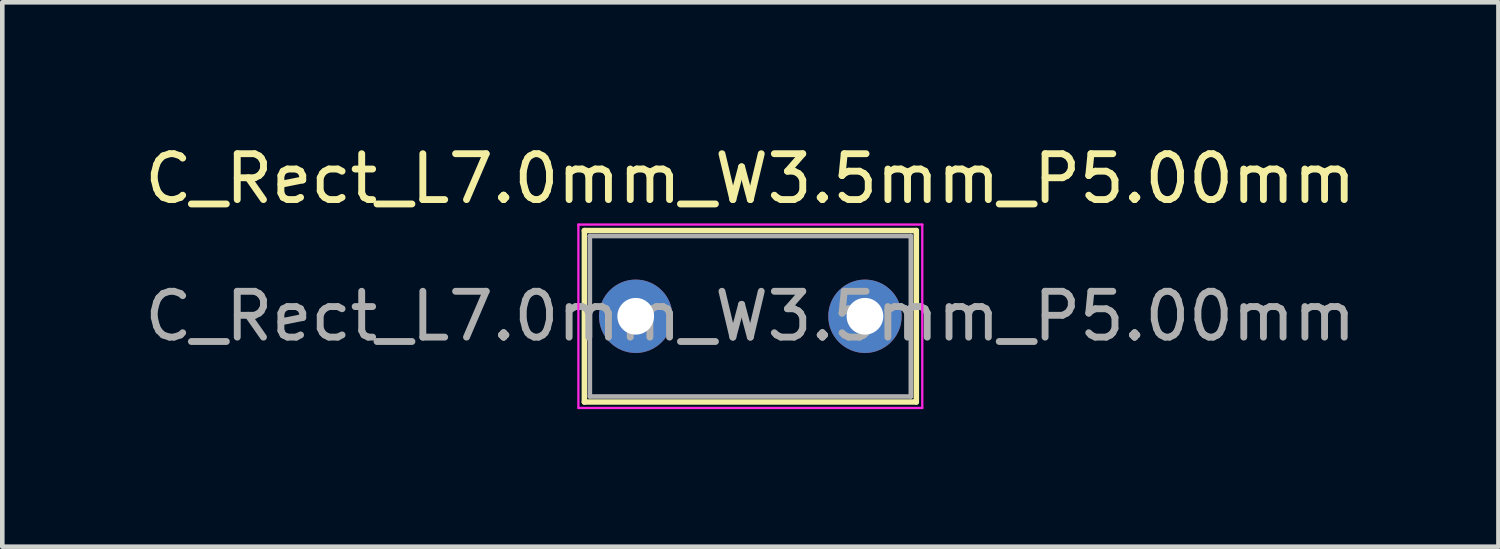
<source format=kicad_pcb>
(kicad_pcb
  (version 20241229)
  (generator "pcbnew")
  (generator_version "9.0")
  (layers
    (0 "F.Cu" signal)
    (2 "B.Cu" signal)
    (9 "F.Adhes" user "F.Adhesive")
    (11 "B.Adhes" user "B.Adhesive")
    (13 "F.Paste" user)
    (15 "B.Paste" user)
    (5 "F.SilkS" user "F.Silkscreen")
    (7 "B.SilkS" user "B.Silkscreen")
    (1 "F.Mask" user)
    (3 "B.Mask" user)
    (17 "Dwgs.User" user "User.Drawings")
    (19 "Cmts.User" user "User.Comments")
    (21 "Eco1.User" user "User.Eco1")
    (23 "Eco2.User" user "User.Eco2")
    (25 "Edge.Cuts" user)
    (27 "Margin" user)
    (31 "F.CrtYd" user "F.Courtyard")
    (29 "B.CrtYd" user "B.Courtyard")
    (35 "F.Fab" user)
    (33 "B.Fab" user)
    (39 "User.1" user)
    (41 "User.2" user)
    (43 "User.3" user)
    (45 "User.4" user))
  (footprint "C_Rect_L7.0mm_W3.5mm_P5.00mm"
    (layer "F.Cu")
    (at 10.815 3.848)
    (property "Reference" "C_Rect_L7.0mm_W3.5mm_P5.00mm" (at 2.5 -3 0) (layer "F.SilkS") (effects (font (size 1 1) (thickness 0.15))))
    (attr through_hole)
    (fp_line (start -1.12 -1.87) (end -1.12 1.87) (stroke (width 0.12) (type solid)) (layer "F.SilkS"))
    (fp_line (start -1.12 -1.87) (end 6.12 -1.87) (stroke (width 0.12) (type solid)) (layer "F.SilkS"))
    (fp_line (start -1.12 1.87) (end 6.12 1.87) (stroke (width 0.12) (type solid)) (layer "F.SilkS"))
    (fp_line (start 6.12 -1.87) (end 6.12 1.87) (stroke (width 0.12) (type solid)) (layer "F.SilkS"))
    (fp_line (start -1.25 -2) (end -1.25 2) (stroke (width 0.05) (type solid)) (layer "F.CrtYd"))
    (fp_line (start -1.25 2) (end 6.25 2) (stroke (width 0.05) (type solid)) (layer "F.CrtYd"))
    (fp_line (start 6.25 -2) (end -1.25 -2) (stroke (width 0.05) (type solid)) (layer "F.CrtYd"))
    (fp_line (start 6.25 2) (end 6.25 -2) (stroke (width 0.05) (type solid)) (layer "F.CrtYd"))
    (fp_line (start -1 -1.75) (end -1 1.75) (stroke (width 0.1) (type solid)) (layer "F.Fab"))
    (fp_line (start -1 1.75) (end 6 1.75) (stroke (width 0.1) (type solid)) (layer "F.Fab"))
    (fp_line (start 6 -1.75) (end -1 -1.75) (stroke (width 0.1) (type solid)) (layer "F.Fab"))
    (fp_line (start 6 1.75) (end 6 -1.75) (stroke (width 0.1) (type solid)) (layer "F.Fab"))
    (fp_text user "${REFERENCE}" (at 2.5 0 0) (layer "F.Fab") (effects (font (size 1 1) (thickness 0.15))))
    (pad "1" thru_hole circle (at 0 0) (size 1.6 1.6) (drill 0.8) (layers "*.Cu" "*.Mask"))
    (pad "2" thru_hole circle (at 5 0) (size 1.6 1.6) (drill 0.8) (layers "*.Cu" "*.Mask")))
  (gr_rect
    (start -3 -3)
    (end 29.631 8.873)
    (stroke (width 0.1) (type default))
    (fill no)
    (layer "Edge.Cuts")))
</source>
